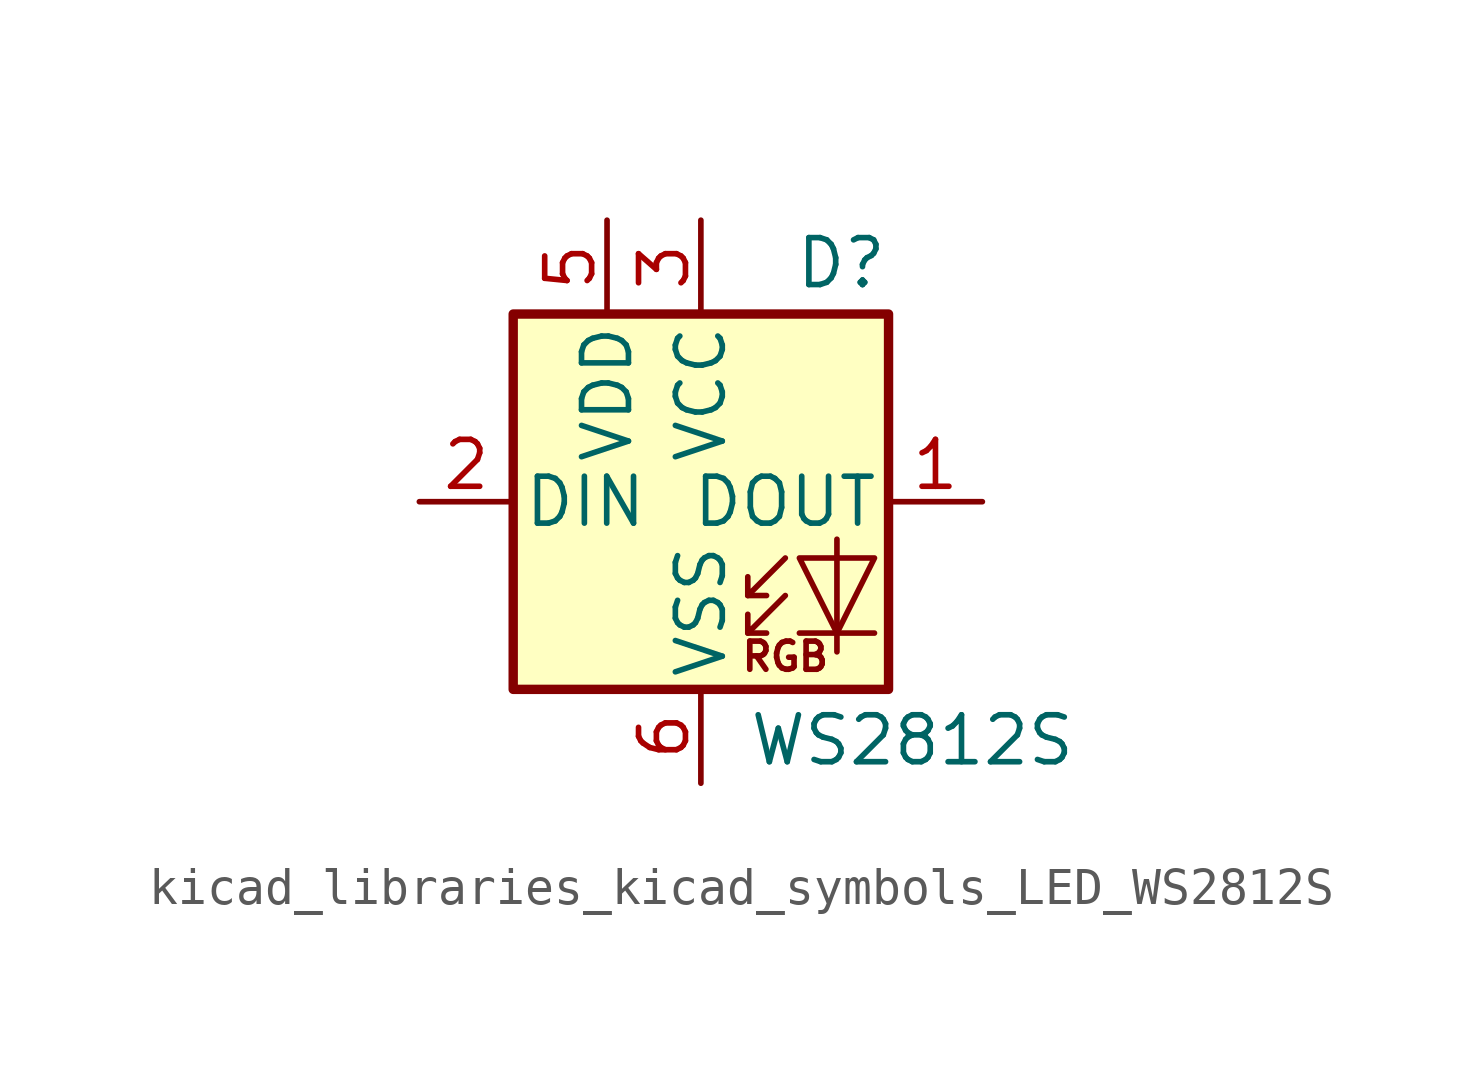
<source format=kicad_sym>
(kicad_symbol_lib
  (version 20220914)
  (generator kicad_symbol_editor)
  (symbol "kicad_libraries_kicad_symbols_LED_WS2812S"
    (pin_names
      (offset 0.254))
    (property "Reference" "D"
      (at 5.08 5.715 0)
      (effects (font (size 1.27 1.27)) (justify right bottom)))
    (property "Value" "WS2812S"
      (at 1.27 -5.715 0)
      (effects (font (size 1.27 1.27)) (justify left top)))
    (symbol "kicad_libraries_kicad_symbols_LED_WS2812S_0_0"
      (text "RGB" (at 2.286 -4.191 0) (effects (font (size 0.762 0.762)))))
    (symbol "kicad_libraries_kicad_symbols_LED_WS2812S_0_1"
      (polyline (pts (xy 1.27 -3.556) (xy 1.778 -3.556)) (stroke (width 0) (type default)) (fill (type none)))
      (polyline (pts (xy 1.27 -2.54) (xy 1.778 -2.54)) (stroke (width 0) (type default)) (fill (type none)))
      (polyline (pts (xy 4.699 -3.556) (xy 2.667 -3.556)) (stroke (width 0) (type default)) (fill (type none)))
      (polyline (pts (xy 2.286 -2.54) (xy 1.27 -3.556) (xy 1.27 -3.048)) (stroke (width 0) (type default)) (fill (type none)))
      (polyline (pts (xy 2.286 -1.524) (xy 1.27 -2.54) (xy 1.27 -2.032)) (stroke (width 0) (type default)) (fill (type none)))
      (polyline (pts (xy 3.683 -1.016) (xy 3.683 -3.556) (xy 3.683 -4.064)) (stroke (width 0) (type default)) (fill (type none)))
      (polyline (pts (xy 4.699 -1.524) (xy 2.667 -1.524) (xy 3.683 -3.556) (xy 4.699 -1.524)) (stroke (width 0) (type default)) (fill (type none)))
      (rectangle (start 5.08 5.08) (end -5.08 -5.08) (stroke (width 0.254) (type default)) (fill (type background))))
    (symbol "kicad_libraries_kicad_symbols_LED_WS2812S_1_1"
      (pin output line (at 7.62 0 180) (length 2.54) (name "DOUT" (effects (font (size 1.27 1.27)))) (number "1" (effects (font (size 1.27 1.27)))))
      (pin input line (at -7.62 0 0) (length 2.54) (name "DIN" (effects (font (size 1.27 1.27)))) (number "2" (effects (font (size 1.27 1.27)))))
      (pin power_in line (at 0 7.62 270) (length 2.54) (name "VCC" (effects (font (size 1.27 1.27)))) (number "3" (effects (font (size 1.27 1.27)))))
      (pin no_connect line (at 5.08 2.54 180) (length 2.54) hide (name "NC" (effects (font (size 1.27 1.27)))) (number "4" (effects (font (size 1.27 1.27)))))
      (pin power_in line (at -2.54 7.62 270) (length 2.54) (name "VDD" (effects (font (size 1.27 1.27)))) (number "5" (effects (font (size 1.27 1.27)))))
      (pin power_in line (at 0 -7.62 90) (length 2.54) (name "VSS" (effects (font (size 1.27 1.27)))) (number "6" (effects (font (size 1.27 1.27))))))))
</source>
